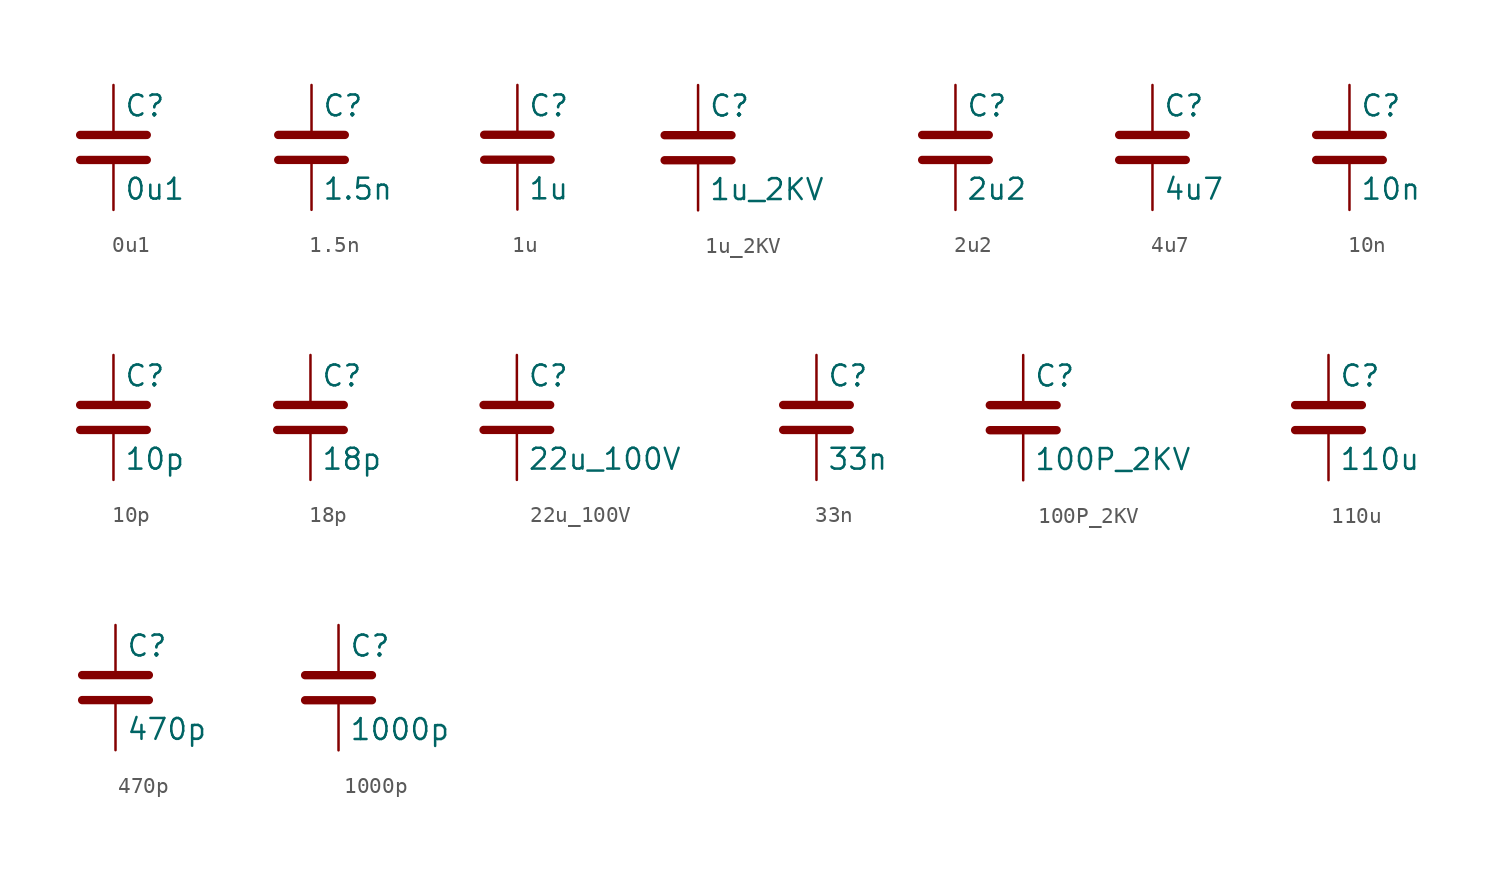
<source format=kicad_sym>
(kicad_symbol_lib
  (version 20231120)
  (generator "kicad_symbol_editor")
  (generator_version "8.0")
  (symbol "0u1"
    (pin_numbers hide)
    (pin_names
      (offset 0.254))
    (property "Reference" "C"
      (at 0.635 2.54 0)
      (effects (font (size 1.27 1.27)) (justify left)))
    (property "Value" "0u1"
      (at 0.635 -2.54 0)
      (effects (font (size 1.27 1.27)) (justify left)))
    (symbol "0u1_0_1"
      (polyline (pts (xy -2.032 -0.762) (xy 2.032 -0.762)) (stroke (width 0.508) (type default)) (fill (type none)))
      (polyline (pts (xy -2.032 0.762) (xy 2.032 0.762)) (stroke (width 0.508) (type default)) (fill (type none))))
    (symbol "0u1_1_1"
      (pin passive line (at 0 3.81 270) (length 2.794) (name "~" (effects (font (size 1.27 1.27)))) (number "1" (effects (font (size 1.27 1.27)))))
      (pin passive line (at 0 -3.81 90) (length 2.794) (name "~" (effects (font (size 1.27 1.27)))) (number "2" (effects (font (size 1.27 1.27)))))))
  (symbol "1.5n"
    (pin_numbers hide)
    (pin_names
      (offset 0.254))
    (property "Reference" "C"
      (at 0.635 2.54 0)
      (effects (font (size 1.27 1.27)) (justify left)))
    (property "Value" "1.5n"
      (at 0.635 -2.54 0)
      (effects (font (size 1.27 1.27)) (justify left)))
    (symbol "1.5n_0_1"
      (polyline (pts (xy -2.032 -0.762) (xy 2.032 -0.762)) (stroke (width 0.508) (type default)) (fill (type none)))
      (polyline (pts (xy -2.032 0.762) (xy 2.032 0.762)) (stroke (width 0.508) (type default)) (fill (type none))))
    (symbol "1.5n_1_1"
      (pin passive line (at 0 3.81 270) (length 2.794) (name "~" (effects (font (size 1.27 1.27)))) (number "1" (effects (font (size 1.27 1.27)))))
      (pin passive line (at 0 -3.81 90) (length 2.794) (name "~" (effects (font (size 1.27 1.27)))) (number "2" (effects (font (size 1.27 1.27)))))))
  (symbol "1u"
    (pin_numbers hide)
    (pin_names
      (offset 0.254))
    (property "Reference" "C"
      (at 0.635 2.54 0)
      (effects (font (size 1.27 1.27)) (justify left)))
    (property "Value" "1u"
      (at 0.635 -2.54 0)
      (effects (font (size 1.27 1.27)) (justify left)))
    (symbol "1u_0_1"
      (polyline (pts (xy -2.032 -0.762) (xy 2.032 -0.762)) (stroke (width 0.508) (type default)) (fill (type none)))
      (polyline (pts (xy -2.032 0.762) (xy 2.032 0.762)) (stroke (width 0.508) (type default)) (fill (type none))))
    (symbol "1u_1_1"
      (pin passive line (at 0 3.81 270) (length 2.794) (name "~" (effects (font (size 1.27 1.27)))) (number "1" (effects (font (size 1.27 1.27)))))
      (pin passive line (at 0 -3.81 90) (length 2.794) (name "~" (effects (font (size 1.27 1.27)))) (number "2" (effects (font (size 1.27 1.27)))))))
  (symbol "1u_2KV"
    (pin_numbers hide)
    (pin_names
      (offset 0.254))
    (property "Reference" "C"
      (at 0.635 2.54 0)
      (effects (font (size 1.27 1.27)) (justify left)))
    (property "Value" "1u_2KV"
      (at 0.635 -2.54 0)
      (effects (font (size 1.27 1.27)) (justify left)))
    (symbol "1u_2KV_0_1"
      (polyline (pts (xy -2.032 -0.762) (xy 2.032 -0.762)) (stroke (width 0.508) (type default)) (fill (type none)))
      (polyline (pts (xy -2.032 0.762) (xy 2.032 0.762)) (stroke (width 0.508) (type default)) (fill (type none))))
    (symbol "1u_2KV_1_1"
      (pin passive line (at 0 3.81 270) (length 2.794) (name "~" (effects (font (size 1.27 1.27)))) (number "1" (effects (font (size 1.27 1.27)))))
      (pin passive line (at 0 -3.81 90) (length 2.794) (name "~" (effects (font (size 1.27 1.27)))) (number "2" (effects (font (size 1.27 1.27)))))))
  (symbol "2u2"
    (pin_numbers hide)
    (pin_names
      (offset 0.254))
    (property "Reference" "C"
      (at 0.635 2.54 0)
      (effects (font (size 1.27 1.27)) (justify left)))
    (property "Value" "2u2"
      (at 0.635 -2.54 0)
      (effects (font (size 1.27 1.27)) (justify left)))
    (symbol "2u2_0_1"
      (polyline (pts (xy -2.032 -0.762) (xy 2.032 -0.762)) (stroke (width 0.508) (type default)) (fill (type none)))
      (polyline (pts (xy -2.032 0.762) (xy 2.032 0.762)) (stroke (width 0.508) (type default)) (fill (type none))))
    (symbol "2u2_1_1"
      (pin passive line (at 0 3.81 270) (length 2.794) (name "~" (effects (font (size 1.27 1.27)))) (number "1" (effects (font (size 1.27 1.27)))))
      (pin passive line (at 0 -3.81 90) (length 2.794) (name "~" (effects (font (size 1.27 1.27)))) (number "2" (effects (font (size 1.27 1.27)))))))
  (symbol "4u7"
    (pin_numbers hide)
    (pin_names
      (offset 0.254))
    (property "Reference" "C"
      (at 0.635 2.54 0)
      (effects (font (size 1.27 1.27)) (justify left)))
    (property "Value" "4u7"
      (at 0.635 -2.54 0)
      (effects (font (size 1.27 1.27)) (justify left)))
    (symbol "4u7_0_1"
      (polyline (pts (xy -2.032 -0.762) (xy 2.032 -0.762)) (stroke (width 0.508) (type default)) (fill (type none)))
      (polyline (pts (xy -2.032 0.762) (xy 2.032 0.762)) (stroke (width 0.508) (type default)) (fill (type none))))
    (symbol "4u7_1_1"
      (pin passive line (at 0 3.81 270) (length 2.794) (name "~" (effects (font (size 1.27 1.27)))) (number "1" (effects (font (size 1.27 1.27)))))
      (pin passive line (at 0 -3.81 90) (length 2.794) (name "~" (effects (font (size 1.27 1.27)))) (number "2" (effects (font (size 1.27 1.27)))))))
  (symbol "10n"
    (pin_numbers hide)
    (pin_names
      (offset 0.254))
    (property "Reference" "C"
      (at 0.635 2.54 0)
      (effects (font (size 1.27 1.27)) (justify left)))
    (property "Value" "10n"
      (at 0.635 -2.54 0)
      (effects (font (size 1.27 1.27)) (justify left)))
    (symbol "10n_0_1"
      (polyline (pts (xy -2.032 -0.762) (xy 2.032 -0.762)) (stroke (width 0.508) (type default)) (fill (type none)))
      (polyline (pts (xy -2.032 0.762) (xy 2.032 0.762)) (stroke (width 0.508) (type default)) (fill (type none))))
    (symbol "10n_1_1"
      (pin passive line (at 0 3.81 270) (length 2.794) (name "~" (effects (font (size 1.27 1.27)))) (number "1" (effects (font (size 1.27 1.27)))))
      (pin passive line (at 0 -3.81 90) (length 2.794) (name "~" (effects (font (size 1.27 1.27)))) (number "2" (effects (font (size 1.27 1.27)))))))
  (symbol "10p"
    (pin_numbers hide)
    (pin_names
      (offset 0.254))
    (property "Reference" "C"
      (at 0.635 2.54 0)
      (effects (font (size 1.27 1.27)) (justify left)))
    (property "Value" "10p"
      (at 0.635 -2.54 0)
      (effects (font (size 1.27 1.27)) (justify left)))
    (symbol "10p_0_1"
      (polyline (pts (xy -2.032 -0.762) (xy 2.032 -0.762)) (stroke (width 0.508) (type default)) (fill (type none)))
      (polyline (pts (xy -2.032 0.762) (xy 2.032 0.762)) (stroke (width 0.508) (type default)) (fill (type none))))
    (symbol "10p_1_1"
      (pin passive line (at 0 3.81 270) (length 2.794) (name "~" (effects (font (size 1.27 1.27)))) (number "1" (effects (font (size 1.27 1.27)))))
      (pin passive line (at 0 -3.81 90) (length 2.794) (name "~" (effects (font (size 1.27 1.27)))) (number "2" (effects (font (size 1.27 1.27)))))))
  (symbol "18p"
    (pin_numbers hide)
    (pin_names
      (offset 0.254))
    (property "Reference" "C"
      (at 0.635 2.54 0)
      (effects (font (size 1.27 1.27)) (justify left)))
    (property "Value" "18p"
      (at 0.635 -2.54 0)
      (effects (font (size 1.27 1.27)) (justify left)))
    (symbol "18p_0_1"
      (polyline (pts (xy -2.032 -0.762) (xy 2.032 -0.762)) (stroke (width 0.508) (type default)) (fill (type none)))
      (polyline (pts (xy -2.032 0.762) (xy 2.032 0.762)) (stroke (width 0.508) (type default)) (fill (type none))))
    (symbol "18p_1_1"
      (pin passive line (at 0 3.81 270) (length 2.794) (name "~" (effects (font (size 1.27 1.27)))) (number "1" (effects (font (size 1.27 1.27)))))
      (pin passive line (at 0 -3.81 90) (length 2.794) (name "~" (effects (font (size 1.27 1.27)))) (number "2" (effects (font (size 1.27 1.27)))))))
  (symbol "22u_100V"
    (pin_numbers hide)
    (pin_names
      (offset 0.254))
    (property "Reference" "C"
      (at 0.635 2.54 0)
      (effects (font (size 1.27 1.27)) (justify left)))
    (property "Value" "22u_100V"
      (at 0.635 -2.54 0)
      (effects (font (size 1.27 1.27)) (justify left)))
    (symbol "22u_100V_0_1"
      (polyline (pts (xy -2.032 -0.762) (xy 2.032 -0.762)) (stroke (width 0.508) (type default)) (fill (type none)))
      (polyline (pts (xy -2.032 0.762) (xy 2.032 0.762)) (stroke (width 0.508) (type default)) (fill (type none))))
    (symbol "22u_100V_1_1"
      (pin passive line (at 0 3.81 270) (length 2.794) (name "~" (effects (font (size 1.27 1.27)))) (number "1" (effects (font (size 1.27 1.27)))))
      (pin passive line (at 0 -3.81 90) (length 2.794) (name "~" (effects (font (size 1.27 1.27)))) (number "2" (effects (font (size 1.27 1.27)))))))
  (symbol "33n"
    (pin_numbers hide)
    (pin_names
      (offset 0.254))
    (property "Reference" "C"
      (at 0.635 2.54 0)
      (effects (font (size 1.27 1.27)) (justify left)))
    (property "Value" "33n"
      (at 0.635 -2.54 0)
      (effects (font (size 1.27 1.27)) (justify left)))
    (symbol "33n_0_1"
      (polyline (pts (xy -2.032 -0.762) (xy 2.032 -0.762)) (stroke (width 0.508) (type default)) (fill (type none)))
      (polyline (pts (xy -2.032 0.762) (xy 2.032 0.762)) (stroke (width 0.508) (type default)) (fill (type none))))
    (symbol "33n_1_1"
      (pin passive line (at 0 3.81 270) (length 2.794) (name "~" (effects (font (size 1.27 1.27)))) (number "1" (effects (font (size 1.27 1.27)))))
      (pin passive line (at 0 -3.81 90) (length 2.794) (name "~" (effects (font (size 1.27 1.27)))) (number "2" (effects (font (size 1.27 1.27)))))))
  (symbol "100P_2KV"
    (pin_numbers hide)
    (pin_names
      (offset 0.254))
    (property "Reference" "C"
      (at 0.635 2.54 0)
      (effects (font (size 1.27 1.27)) (justify left)))
    (property "Value" "100P_2KV"
      (at 0.635 -2.54 0)
      (effects (font (size 1.27 1.27)) (justify left)))
    (symbol "100P_2KV_0_1"
      (polyline (pts (xy -2.032 -0.762) (xy 2.032 -0.762)) (stroke (width 0.508) (type default)) (fill (type none)))
      (polyline (pts (xy -2.032 0.762) (xy 2.032 0.762)) (stroke (width 0.508) (type default)) (fill (type none))))
    (symbol "100P_2KV_1_1"
      (pin passive line (at 0 3.81 270) (length 2.794) (name "~" (effects (font (size 1.27 1.27)))) (number "1" (effects (font (size 1.27 1.27)))))
      (pin passive line (at 0 -3.81 90) (length 2.794) (name "~" (effects (font (size 1.27 1.27)))) (number "2" (effects (font (size 1.27 1.27)))))))
  (symbol "110u"
    (pin_numbers hide)
    (pin_names
      (offset 0.254))
    (property "Reference" "C"
      (at 0.635 2.54 0)
      (effects (font (size 1.27 1.27)) (justify left)))
    (property "Value" "110u"
      (at 0.635 -2.54 0)
      (effects (font (size 1.27 1.27)) (justify left)))
    (symbol "110u_0_1"
      (polyline (pts (xy -2.032 -0.762) (xy 2.032 -0.762)) (stroke (width 0.508) (type default)) (fill (type none)))
      (polyline (pts (xy -2.032 0.762) (xy 2.032 0.762)) (stroke (width 0.508) (type default)) (fill (type none))))
    (symbol "110u_1_1"
      (pin passive line (at 0 3.81 270) (length 2.794) (name "~" (effects (font (size 1.27 1.27)))) (number "1" (effects (font (size 1.27 1.27)))))
      (pin passive line (at 0 -3.81 90) (length 2.794) (name "~" (effects (font (size 1.27 1.27)))) (number "2" (effects (font (size 1.27 1.27)))))))
  (symbol "470p"
    (pin_numbers hide)
    (pin_names
      (offset 0.254))
    (property "Reference" "C"
      (at 0.635 2.54 0)
      (effects (font (size 1.27 1.27)) (justify left)))
    (property "Value" "470p"
      (at 0.635 -2.54 0)
      (effects (font (size 1.27 1.27)) (justify left)))
    (symbol "470p_0_1"
      (polyline (pts (xy -2.032 -0.762) (xy 2.032 -0.762)) (stroke (width 0.508) (type default)) (fill (type none)))
      (polyline (pts (xy -2.032 0.762) (xy 2.032 0.762)) (stroke (width 0.508) (type default)) (fill (type none))))
    (symbol "470p_1_1"
      (pin passive line (at 0 3.81 270) (length 2.794) (name "~" (effects (font (size 1.27 1.27)))) (number "1" (effects (font (size 1.27 1.27)))))
      (pin passive line (at 0 -3.81 90) (length 2.794) (name "~" (effects (font (size 1.27 1.27)))) (number "2" (effects (font (size 1.27 1.27)))))))
  (symbol "1000p"
    (pin_numbers hide)
    (pin_names
      (offset 0.254))
    (property "Reference" "C"
      (at 0.635 2.54 0)
      (effects (font (size 1.27 1.27)) (justify left)))
    (property "Value" "1000p"
      (at 0.635 -2.54 0)
      (effects (font (size 1.27 1.27)) (justify left)))
    (symbol "1000p_0_1"
      (polyline (pts (xy -2.032 -0.762) (xy 2.032 -0.762)) (stroke (width 0.508) (type default)) (fill (type none)))
      (polyline (pts (xy -2.032 0.762) (xy 2.032 0.762)) (stroke (width 0.508) (type default)) (fill (type none))))
    (symbol "1000p_1_1"
      (pin passive line (at 0 3.81 270) (length 2.794) (name "~" (effects (font (size 1.27 1.27)))) (number "1" (effects (font (size 1.27 1.27)))))
      (pin passive line (at 0 -3.81 90) (length 2.794) (name "~" (effects (font (size 1.27 1.27)))) (number "2" (effects (font (size 1.27 1.27))))))))
</source>
